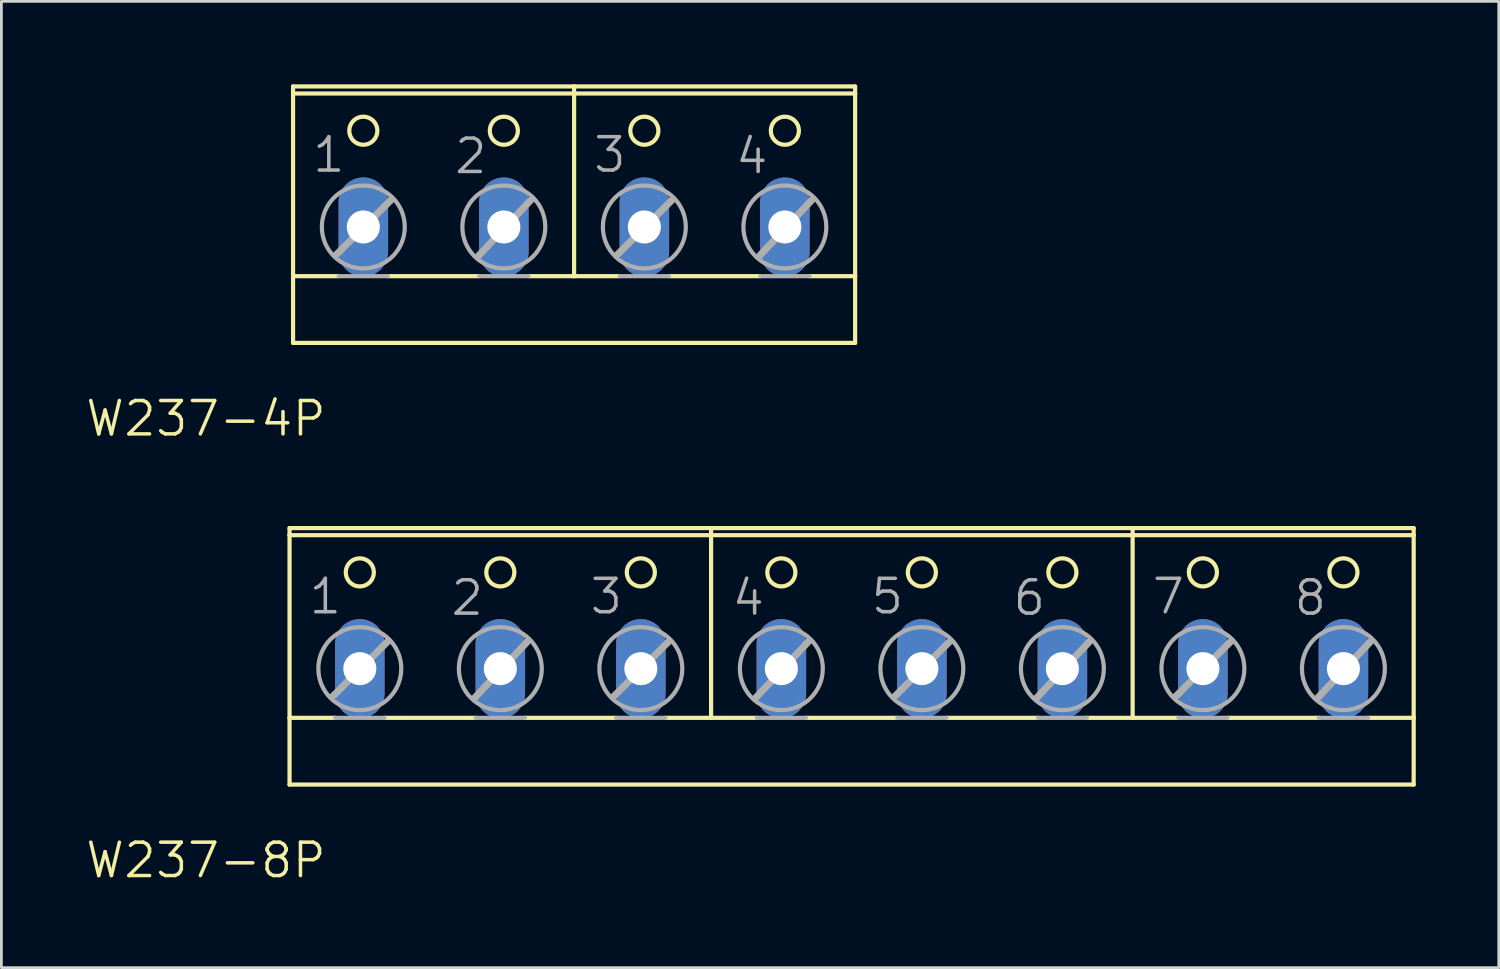
<source format=kicad_pcb>
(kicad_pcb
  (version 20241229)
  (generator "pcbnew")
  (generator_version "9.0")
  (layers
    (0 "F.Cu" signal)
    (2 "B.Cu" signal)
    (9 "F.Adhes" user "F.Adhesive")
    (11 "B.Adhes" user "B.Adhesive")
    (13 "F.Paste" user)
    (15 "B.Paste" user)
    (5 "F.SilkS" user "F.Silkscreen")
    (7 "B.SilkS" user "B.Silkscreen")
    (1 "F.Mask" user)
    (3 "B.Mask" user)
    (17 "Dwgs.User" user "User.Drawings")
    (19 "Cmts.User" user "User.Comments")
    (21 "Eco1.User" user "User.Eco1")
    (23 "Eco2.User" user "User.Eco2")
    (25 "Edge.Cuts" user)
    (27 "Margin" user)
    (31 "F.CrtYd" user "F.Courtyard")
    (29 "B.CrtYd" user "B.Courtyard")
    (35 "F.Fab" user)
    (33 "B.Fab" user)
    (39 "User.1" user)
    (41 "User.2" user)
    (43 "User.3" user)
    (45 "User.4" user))
  (footprint "W237-8P"
    (layer "F.Cu")
    (at 27.738 20.488)
    (property "Reference" "W237-8P" (at -18.923 6.858 0) (layer "F.SilkS") (effects (font (size 1.206 1.206) (thickness 0.127)) (justify right top)))
    (attr through_hole)
    (fp_line (start -20.32 -4.191) (end -20.32 -4.445) (stroke (width 0.152) (type solid)) (layer "F.SilkS"))
    (fp_line (start -20.32 2.413) (end -20.32 -4.191) (stroke (width 0.152) (type solid)) (layer "F.SilkS"))
    (fp_line (start -20.32 2.413) (end -18.669 2.413) (stroke (width 0.152) (type solid)) (layer "F.SilkS"))
    (fp_line (start -20.32 4.826) (end -20.32 2.413) (stroke (width 0.152) (type solid)) (layer "F.SilkS"))
    (fp_line (start -20.32 4.826) (end 20.32 4.826) (stroke (width 0.152) (type solid)) (layer "F.SilkS"))
    (fp_line (start -16.891 2.413) (end -13.589 2.413) (stroke (width 0.152) (type solid)) (layer "F.SilkS"))
    (fp_line (start -11.811 2.413) (end -8.509 2.413) (stroke (width 0.152) (type solid)) (layer "F.SilkS"))
    (fp_line (start -6.731 2.413) (end -5.08 2.413) (stroke (width 0.152) (type solid)) (layer "F.SilkS"))
    (fp_line (start -5.08 -4.445) (end -20.32 -4.445) (stroke (width 0.152) (type solid)) (layer "F.SilkS"))
    (fp_line (start -5.08 -4.445) (end -5.08 2.413) (stroke (width 0.152) (type solid)) (layer "F.SilkS"))
    (fp_line (start -5.08 2.413) (end -3.429 2.413) (stroke (width 0.152) (type solid)) (layer "F.SilkS"))
    (fp_line (start -1.651 2.413) (end 1.651 2.413) (stroke (width 0.152) (type solid)) (layer "F.SilkS"))
    (fp_line (start 3.429 2.413) (end 6.731 2.413) (stroke (width 0.152) (type solid)) (layer "F.SilkS"))
    (fp_line (start 8.509 2.413) (end 10.16 2.413) (stroke (width 0.152) (type solid)) (layer "F.SilkS"))
    (fp_line (start 10.16 -4.445) (end -5.08 -4.445) (stroke (width 0.152) (type solid)) (layer "F.SilkS"))
    (fp_line (start 10.16 -4.445) (end 10.16 2.413) (stroke (width 0.152) (type solid)) (layer "F.SilkS"))
    (fp_line (start 10.16 2.413) (end 11.811 2.413) (stroke (width 0.152) (type solid)) (layer "F.SilkS"))
    (fp_line (start 13.589 2.413) (end 16.891 2.413) (stroke (width 0.152) (type solid)) (layer "F.SilkS"))
    (fp_line (start 18.669 2.413) (end 20.32 2.413) (stroke (width 0.152) (type solid)) (layer "F.SilkS"))
    (fp_line (start 20.32 -4.445) (end 10.16 -4.445) (stroke (width 0.152) (type solid)) (layer "F.SilkS"))
    (fp_line (start 20.32 -4.445) (end 20.32 -4.191) (stroke (width 0.152) (type solid)) (layer "F.SilkS"))
    (fp_line (start 20.32 -4.191) (end -20.32 -4.191) (stroke (width 0.152) (type solid)) (layer "F.SilkS"))
    (fp_line (start 20.32 -4.191) (end 20.32 2.413) (stroke (width 0.152) (type solid)) (layer "F.SilkS"))
    (fp_line (start 20.32 2.413) (end 20.32 4.826) (stroke (width 0.152) (type solid)) (layer "F.SilkS"))
    (fp_circle (center -17.78 -2.845) (end -17.272 -2.845) (stroke (width 0.152) (type solid)) (fill no) (layer "F.SilkS"))
    (fp_circle (center -12.7 -2.845) (end -12.192 -2.845) (stroke (width 0.152) (type solid)) (fill no) (layer "F.SilkS"))
    (fp_circle (center -7.62 -2.845) (end -7.112 -2.845) (stroke (width 0.152) (type solid)) (fill no) (layer "F.SilkS"))
    (fp_circle (center -2.54 -2.845) (end -2.032 -2.845) (stroke (width 0.152) (type solid)) (fill no) (layer "F.SilkS"))
    (fp_circle (center 2.54 -2.845) (end 3.048 -2.845) (stroke (width 0.152) (type solid)) (fill no) (layer "F.SilkS"))
    (fp_circle (center 7.62 -2.845) (end 8.128 -2.845) (stroke (width 0.152) (type solid)) (fill no) (layer "F.SilkS"))
    (fp_circle (center 12.7 -2.845) (end 13.208 -2.845) (stroke (width 0.152) (type solid)) (fill no) (layer "F.SilkS"))
    (fp_circle (center 17.78 -2.845) (end 18.288 -2.845) (stroke (width 0.152) (type solid)) (fill no) (layer "F.SilkS"))
    (fp_line (start -18.771 1.651) (end -16.764 -0.356) (stroke (width 0.254) (type solid)) (layer "F.Fab"))
    (fp_line (start -18.669 2.413) (end -16.891 2.413) (stroke (width 0.152) (type solid)) (layer "F.Fab"))
    (fp_line (start -13.614 1.676) (end -11.709 -0.356) (stroke (width 0.254) (type solid)) (layer "F.Fab"))
    (fp_line (start -13.589 2.413) (end -11.811 2.413) (stroke (width 0.152) (type solid)) (layer "F.Fab"))
    (fp_line (start -8.611 1.651) (end -6.604 -0.356) (stroke (width 0.254) (type solid)) (layer "F.Fab"))
    (fp_line (start -8.509 2.413) (end -6.731 2.413) (stroke (width 0.152) (type solid)) (layer "F.Fab"))
    (fp_line (start -3.454 1.676) (end -1.549 -0.356) (stroke (width 0.254) (type solid)) (layer "F.Fab"))
    (fp_line (start -3.429 2.413) (end -1.651 2.413) (stroke (width 0.152) (type solid)) (layer "F.Fab"))
    (fp_line (start 1.549 1.651) (end 3.556 -0.356) (stroke (width 0.254) (type solid)) (layer "F.Fab"))
    (fp_line (start 1.651 2.413) (end 3.429 2.413) (stroke (width 0.152) (type solid)) (layer "F.Fab"))
    (fp_line (start 6.706 1.676) (end 8.611 -0.356) (stroke (width 0.254) (type solid)) (layer "F.Fab"))
    (fp_line (start 6.731 2.413) (end 8.509 2.413) (stroke (width 0.152) (type solid)) (layer "F.Fab"))
    (fp_line (start 11.709 1.651) (end 13.716 -0.356) (stroke (width 0.254) (type solid)) (layer "F.Fab"))
    (fp_line (start 11.811 2.413) (end 13.589 2.413) (stroke (width 0.152) (type solid)) (layer "F.Fab"))
    (fp_line (start 16.866 1.676) (end 18.771 -0.356) (stroke (width 0.254) (type solid)) (layer "F.Fab"))
    (fp_line (start 16.891 2.413) (end 18.669 2.413) (stroke (width 0.152) (type solid)) (layer "F.Fab"))
    (fp_circle (center -17.78 0.635) (end -16.281 0.635) (stroke (width 0.152) (type solid)) (fill no) (layer "F.Fab"))
    (fp_circle (center -12.7 0.635) (end -11.201 0.635) (stroke (width 0.152) (type solid)) (fill no) (layer "F.Fab"))
    (fp_circle (center -7.62 0.635) (end -6.121 0.635) (stroke (width 0.152) (type solid)) (fill no) (layer "F.Fab"))
    (fp_circle (center -2.54 0.635) (end -1.041 0.635) (stroke (width 0.152) (type solid)) (fill no) (layer "F.Fab"))
    (fp_circle (center 2.54 0.635) (end 4.039 0.635) (stroke (width 0.152) (type solid)) (fill no) (layer "F.Fab"))
    (fp_circle (center 7.62 0.635) (end 9.119 0.635) (stroke (width 0.152) (type solid)) (fill no) (layer "F.Fab"))
    (fp_circle (center 12.7 0.635) (end 14.199 0.635) (stroke (width 0.152) (type solid)) (fill no) (layer "F.Fab"))
    (fp_circle (center 17.78 0.635) (end 19.279 0.635) (stroke (width 0.152) (type solid)) (fill no) (layer "F.Fab"))
    (fp_text user "7" (at 10.795 -1.27 0) (layer "F.Fab") (effects (font (size 1.206 1.206) (thickness 0.127)) (justify left bottom)))
    (fp_text user "1" (at -19.685 -1.27 0) (layer "F.Fab") (effects (font (size 1.206 1.206) (thickness 0.127)) (justify left bottom)))
    (fp_text user "3" (at -9.525 -1.27 0) (layer "F.Fab") (effects (font (size 1.206 1.206) (thickness 0.127)) (justify left bottom)))
    (fp_text user "5" (at 0.635 -1.27 0) (layer "F.Fab") (effects (font (size 1.206 1.206) (thickness 0.127)) (justify left bottom)))
    (fp_text user "4" (at -4.394 -1.219 0) (layer "F.Fab") (effects (font (size 1.206 1.206) (thickness 0.127)) (justify left bottom)))
    (fp_text user "6" (at 5.766 -1.219 0) (layer "F.Fab") (effects (font (size 1.206 1.206) (thickness 0.127)) (justify left bottom)))
    (fp_text user "8" (at 15.926 -1.219 0) (layer "F.Fab") (effects (font (size 1.206 1.206) (thickness 0.127)) (justify left bottom)))
    (fp_text user "2" (at -14.554 -1.219 0) (layer "F.Fab") (effects (font (size 1.206 1.206) (thickness 0.127)) (justify left bottom)))
    (pad "1" thru_hole oval (at -17.78 0.635 90) (size 3.581 1.791) (drill 1.194) (layers "*.Cu" "*.Mask"))
    (pad "2" thru_hole oval (at -12.7 0.635 90) (size 3.581 1.791) (drill 1.194) (layers "*.Cu" "*.Mask"))
    (pad "3" thru_hole oval (at -7.62 0.635 90) (size 3.581 1.791) (drill 1.194) (layers "*.Cu" "*.Mask"))
    (pad "4" thru_hole oval (at -2.54 0.635 90) (size 3.581 1.791) (drill 1.194) (layers "*.Cu" "*.Mask"))
    (pad "5" thru_hole oval (at 2.54 0.635 90) (size 3.581 1.791) (drill 1.194) (layers "*.Cu" "*.Mask"))
    (pad "6" thru_hole oval (at 7.62 0.635 90) (size 3.581 1.791) (drill 1.194) (layers "*.Cu" "*.Mask"))
    (pad "7" thru_hole oval (at 12.7 0.635 90) (size 3.581 1.791) (drill 1.194) (layers "*.Cu" "*.Mask"))
    (pad "8" thru_hole oval (at 17.78 0.635 90) (size 3.581 1.791) (drill 1.194) (layers "*.Cu" "*.Mask")))
  (footprint "W237-4P"
    (layer "F.Cu")
    (at 17.705 4.521)
    (property "Reference" "W237-4P" (at -8.89 6.858 0) (layer "F.SilkS") (effects (font (size 1.206 1.206) (thickness 0.127)) (justify right top)))
    (attr through_hole)
    (fp_line (start -10.16 -4.191) (end -10.16 -4.445) (stroke (width 0.152) (type solid)) (layer "F.SilkS"))
    (fp_line (start -10.16 -4.191) (end 10.16 -4.191) (stroke (width 0.152) (type solid)) (layer "F.SilkS"))
    (fp_line (start -10.16 2.413) (end -10.16 -4.191) (stroke (width 0.152) (type solid)) (layer "F.SilkS"))
    (fp_line (start -10.16 2.413) (end -8.509 2.413) (stroke (width 0.152) (type solid)) (layer "F.SilkS"))
    (fp_line (start -10.16 4.826) (end -10.16 2.413) (stroke (width 0.152) (type solid)) (layer "F.SilkS"))
    (fp_line (start -10.16 4.826) (end 10.16 4.826) (stroke (width 0.152) (type solid)) (layer "F.SilkS"))
    (fp_line (start -6.731 2.413) (end -3.429 2.413) (stroke (width 0.152) (type solid)) (layer "F.SilkS"))
    (fp_line (start -1.651 2.413) (end 0 2.413) (stroke (width 0.152) (type solid)) (layer "F.SilkS"))
    (fp_line (start 0 -4.445) (end -10.16 -4.445) (stroke (width 0.152) (type solid)) (layer "F.SilkS"))
    (fp_line (start 0 -4.445) (end 0 2.413) (stroke (width 0.152) (type solid)) (layer "F.SilkS"))
    (fp_line (start 0 2.413) (end 1.651 2.413) (stroke (width 0.152) (type solid)) (layer "F.SilkS"))
    (fp_line (start 3.429 2.413) (end 6.731 2.413) (stroke (width 0.152) (type solid)) (layer "F.SilkS"))
    (fp_line (start 8.509 2.413) (end 10.16 2.413) (stroke (width 0.152) (type solid)) (layer "F.SilkS"))
    (fp_line (start 10.16 -4.445) (end 0 -4.445) (stroke (width 0.152) (type solid)) (layer "F.SilkS"))
    (fp_line (start 10.16 -4.445) (end 10.16 -4.191) (stroke (width 0.152) (type solid)) (layer "F.SilkS"))
    (fp_line (start 10.16 -4.191) (end 10.16 2.413) (stroke (width 0.152) (type solid)) (layer "F.SilkS"))
    (fp_line (start 10.16 2.413) (end 10.16 4.826) (stroke (width 0.152) (type solid)) (layer "F.SilkS"))
    (fp_circle (center -7.62 -2.845) (end -7.112 -2.845) (stroke (width 0.152) (type solid)) (fill no) (layer "F.SilkS"))
    (fp_circle (center -2.54 -2.845) (end -2.032 -2.845) (stroke (width 0.152) (type solid)) (fill no) (layer "F.SilkS"))
    (fp_circle (center 2.54 -2.845) (end 3.048 -2.845) (stroke (width 0.152) (type solid)) (fill no) (layer "F.SilkS"))
    (fp_circle (center 7.62 -2.845) (end 8.128 -2.845) (stroke (width 0.152) (type solid)) (fill no) (layer "F.SilkS"))
    (fp_line (start -8.611 1.651) (end -6.604 -0.356) (stroke (width 0.254) (type solid)) (layer "F.Fab"))
    (fp_line (start -8.509 2.413) (end -6.731 2.413) (stroke (width 0.152) (type solid)) (layer "F.Fab"))
    (fp_line (start -3.454 1.676) (end -1.549 -0.356) (stroke (width 0.254) (type solid)) (layer "F.Fab"))
    (fp_line (start -3.429 2.413) (end -1.651 2.413) (stroke (width 0.152) (type solid)) (layer "F.Fab"))
    (fp_line (start 1.549 1.651) (end 3.556 -0.356) (stroke (width 0.254) (type solid)) (layer "F.Fab"))
    (fp_line (start 1.651 2.413) (end 3.429 2.413) (stroke (width 0.152) (type solid)) (layer "F.Fab"))
    (fp_line (start 6.706 1.676) (end 8.611 -0.356) (stroke (width 0.254) (type solid)) (layer "F.Fab"))
    (fp_line (start 6.731 2.413) (end 8.509 2.413) (stroke (width 0.152) (type solid)) (layer "F.Fab"))
    (fp_circle (center -7.62 0.635) (end -6.121 0.635) (stroke (width 0.152) (type solid)) (fill no) (layer "F.Fab"))
    (fp_circle (center -2.54 0.635) (end -1.041 0.635) (stroke (width 0.152) (type solid)) (fill no) (layer "F.Fab"))
    (fp_circle (center 2.54 0.635) (end 4.039 0.635) (stroke (width 0.152) (type solid)) (fill no) (layer "F.Fab"))
    (fp_circle (center 7.62 0.635) (end 9.119 0.635) (stroke (width 0.152) (type solid)) (fill no) (layer "F.Fab"))
    (fp_text user "3" (at 0.635 -1.27 0) (layer "F.Fab") (effects (font (size 1.206 1.206) (thickness 0.127)) (justify left bottom)))
    (fp_text user "1" (at -9.525 -1.27 0) (layer "F.Fab") (effects (font (size 1.206 1.206) (thickness 0.127)) (justify left bottom)))
    (fp_text user "2" (at -4.394 -1.219 0) (layer "F.Fab") (effects (font (size 1.206 1.206) (thickness 0.127)) (justify left bottom)))
    (fp_text user "4" (at 5.766 -1.219 0) (layer "F.Fab") (effects (font (size 1.206 1.206) (thickness 0.127)) (justify left bottom)))
    (pad "1" thru_hole oval (at -7.62 0.635 90) (size 3.581 1.791) (drill 1.194) (layers "*.Cu" "*.Mask"))
    (pad "2" thru_hole oval (at -2.54 0.635 90) (size 3.581 1.791) (drill 1.194) (layers "*.Cu" "*.Mask"))
    (pad "3" thru_hole oval (at 2.54 0.635 90) (size 3.581 1.791) (drill 1.194) (layers "*.Cu" "*.Mask"))
    (pad "4" thru_hole oval (at 7.62 0.635 90) (size 3.581 1.791) (drill 1.194) (layers "*.Cu" "*.Mask")))
  (gr_rect
    (start -3 -3)
    (end 51.134 31.933)
    (stroke (width 0.1) (type default))
    (fill no)
    (layer "Edge.Cuts")))
</source>
